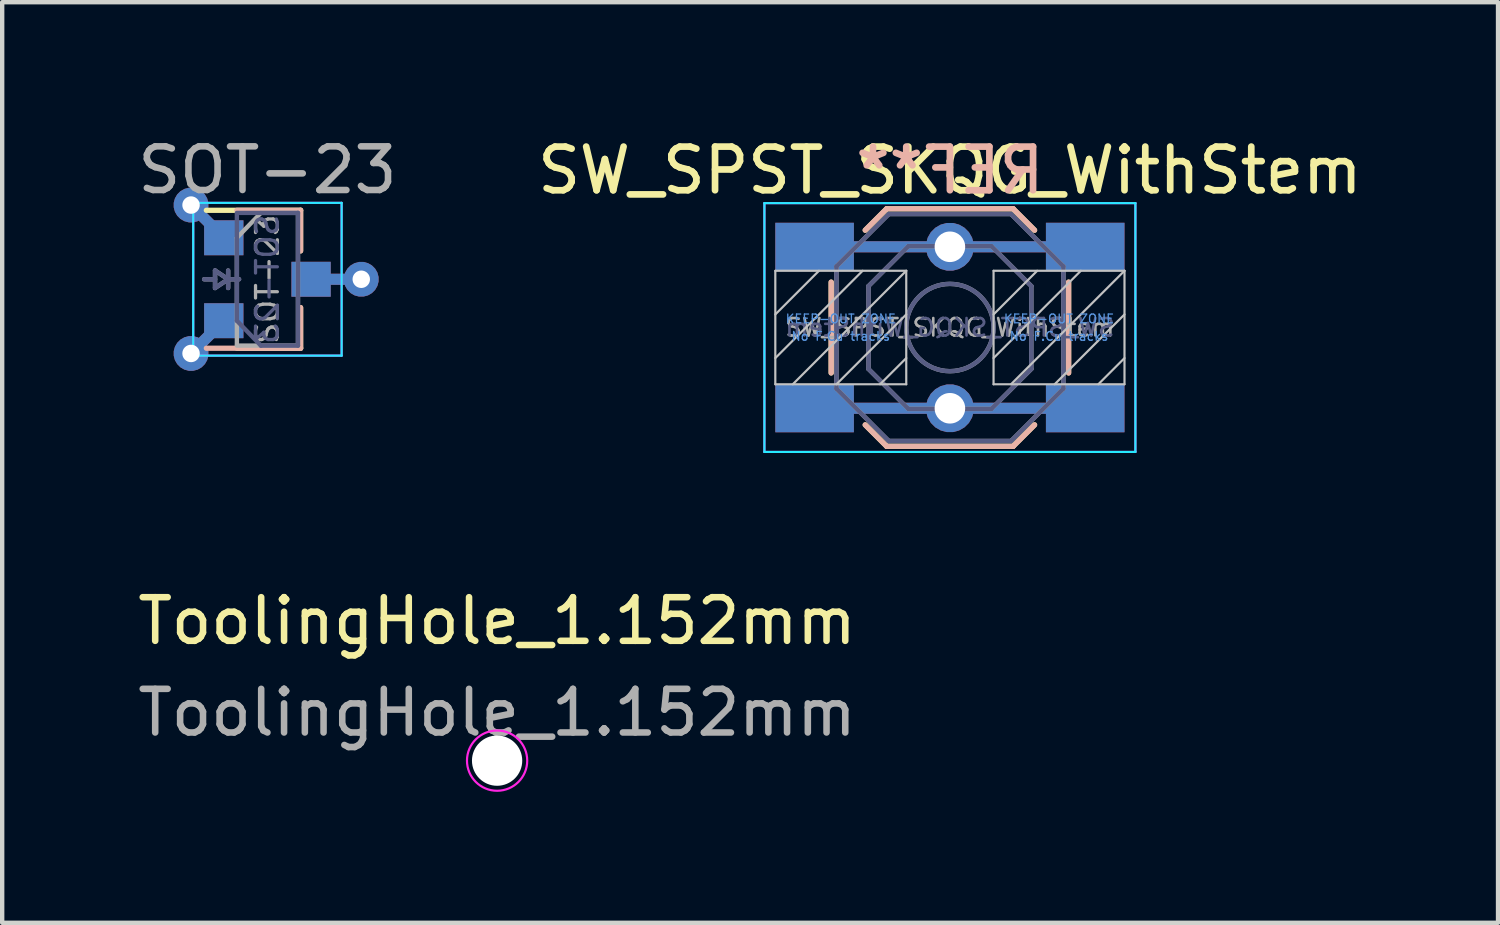
<source format=kicad_pcb>
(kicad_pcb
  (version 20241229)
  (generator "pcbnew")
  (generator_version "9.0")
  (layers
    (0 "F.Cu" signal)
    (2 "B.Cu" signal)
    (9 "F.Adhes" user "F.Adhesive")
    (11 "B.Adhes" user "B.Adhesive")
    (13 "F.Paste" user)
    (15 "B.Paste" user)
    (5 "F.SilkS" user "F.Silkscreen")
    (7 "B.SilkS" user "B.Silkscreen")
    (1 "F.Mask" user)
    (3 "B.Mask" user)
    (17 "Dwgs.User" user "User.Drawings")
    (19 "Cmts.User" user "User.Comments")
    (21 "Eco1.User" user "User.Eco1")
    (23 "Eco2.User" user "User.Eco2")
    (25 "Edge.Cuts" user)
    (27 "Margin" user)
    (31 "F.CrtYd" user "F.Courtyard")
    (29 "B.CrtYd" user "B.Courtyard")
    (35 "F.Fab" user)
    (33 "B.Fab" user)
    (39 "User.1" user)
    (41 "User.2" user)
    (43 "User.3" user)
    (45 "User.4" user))
  (footprint "SW_SPST_SKQG_WithStem"
    (layer "F.Cu")
    (at 18.713 4.454)
    (property "Reference" "SW_SPST_SKQG_WithStem" (at 0 -3.6 0) (layer "F.SilkS") (effects (font (size 1 1) (thickness 0.153))))
    (attr smd)
    (fp_line (start -2.72 1.04) (end -2.72 -1.04) (stroke (width 0.12) (type solid)) (layer "F.SilkS"))
    (fp_line (start -1.45 -2.72) (end -1.94 -2.23) (stroke (width 0.12) (type solid)) (layer "F.SilkS"))
    (fp_line (start -1.45 -2.72) (end 1.45 -2.72) (stroke (width 0.12) (type solid)) (layer "F.SilkS"))
    (fp_line (start -1.45 2.72) (end -1.94 2.23) (stroke (width 0.12) (type solid)) (layer "F.SilkS"))
    (fp_line (start -1.45 2.72) (end 1.45 2.72) (stroke (width 0.12) (type solid)) (layer "F.SilkS"))
    (fp_line (start 1.45 -2.72) (end 1.94 -2.23) (stroke (width 0.12) (type solid)) (layer "F.SilkS"))
    (fp_line (start 1.45 2.72) (end 1.94 2.23) (stroke (width 0.12) (type solid)) (layer "F.SilkS"))
    (fp_line (start 2.72 1.04) (end 2.72 -1.04) (stroke (width 0.12) (type solid)) (layer "F.SilkS"))
    (fp_line (start -2.72 1.04) (end -2.72 -1.04) (stroke (width 0.12) (type solid)) (layer "B.SilkS"))
    (fp_line (start -1.45 -2.72) (end -1.94 -2.23) (stroke (width 0.12) (type solid)) (layer "B.SilkS"))
    (fp_line (start -1.45 2.72) (end -1.94 2.23) (stroke (width 0.12) (type solid)) (layer "B.SilkS"))
    (fp_line (start 1.45 -2.72) (end -1.45 -2.72) (stroke (width 0.12) (type solid)) (layer "B.SilkS"))
    (fp_line (start 1.45 -2.72) (end 1.94 -2.23) (stroke (width 0.12) (type solid)) (layer "B.SilkS"))
    (fp_line (start 1.45 2.72) (end -1.45 2.72) (stroke (width 0.12) (type solid)) (layer "B.SilkS"))
    (fp_line (start 1.45 2.72) (end 1.94 2.23) (stroke (width 0.12) (type solid)) (layer "B.SilkS"))
    (fp_line (start 2.72 1.04) (end 2.72 -1.04) (stroke (width 0.12) (type solid)) (layer "B.SilkS"))
    (fp_line (start -4 -1.3) (end -1 -1.3) (stroke (width 0.05) (type solid)) (layer "Dwgs.User"))
    (fp_line (start -4 -0.3) (end -3 -1.3) (stroke (width 0.05) (type solid)) (layer "Dwgs.User"))
    (fp_line (start -4 0.7) (end -2 -1.3) (stroke (width 0.05) (type solid)) (layer "Dwgs.User"))
    (fp_line (start -4 1.3) (end -4 -1.3) (stroke (width 0.05) (type solid)) (layer "Dwgs.User"))
    (fp_line (start -2.6 1.3) (end -1 -0.3) (stroke (width 0.05) (type solid)) (layer "Dwgs.User"))
    (fp_line (start -1 -1.3) (end -3.6 1.3) (stroke (width 0.05) (type solid)) (layer "Dwgs.User"))
    (fp_line (start -1 -1.3) (end -1 1.3) (stroke (width 0.05) (type solid)) (layer "Dwgs.User"))
    (fp_line (start -1 0.7) (end -1.6 1.3) (stroke (width 0.05) (type solid)) (layer "Dwgs.User"))
    (fp_line (start -1 1.3) (end -4 1.3) (stroke (width 0.05) (type solid)) (layer "Dwgs.User"))
    (fp_line (start 1 -1.3) (end 4 -1.3) (stroke (width 0.05) (type solid)) (layer "Dwgs.User"))
    (fp_line (start 1 -0.3) (end 2 -1.3) (stroke (width 0.05) (type solid)) (layer "Dwgs.User"))
    (fp_line (start 1 0.7) (end 3 -1.3) (stroke (width 0.05) (type solid)) (layer "Dwgs.User"))
    (fp_line (start 1 1.3) (end 1 -1.3) (stroke (width 0.05) (type solid)) (layer "Dwgs.User"))
    (fp_line (start 2.4 1.3) (end 4 -0.3) (stroke (width 0.05) (type solid)) (layer "Dwgs.User"))
    (fp_line (start 4 -1.3) (end 1.4 1.3) (stroke (width 0.05) (type solid)) (layer "Dwgs.User"))
    (fp_line (start 4 -1.3) (end 4 1.3) (stroke (width 0.05) (type solid)) (layer "Dwgs.User"))
    (fp_line (start 4 0.7) (end 3.4 1.3) (stroke (width 0.05) (type solid)) (layer "Dwgs.User"))
    (fp_line (start 4 1.3) (end 1 1.3) (stroke (width 0.05) (type solid)) (layer "Dwgs.User"))
    (fp_line (start -4.25 -2.85) (end 4.25 -2.85) (stroke (width 0.05) (type solid)) (layer "B.CrtYd"))
    (fp_line (start -4.25 2.85) (end -4.25 -2.85) (stroke (width 0.05) (type solid)) (layer "B.CrtYd"))
    (fp_line (start 4.25 -2.85) (end 4.25 2.85) (stroke (width 0.05) (type solid)) (layer "B.CrtYd"))
    (fp_line (start 4.25 2.85) (end -4.25 2.85) (stroke (width 0.05) (type solid)) (layer "B.CrtYd"))
    (fp_line (start -4.25 -2.85) (end -4.25 2.85) (stroke (width 0.05) (type solid)) (layer "F.CrtYd"))
    (fp_line (start -4.25 2.85) (end 4.25 2.85) (stroke (width 0.05) (type solid)) (layer "F.CrtYd"))
    (fp_line (start 4.25 -2.85) (end -4.25 -2.85) (stroke (width 0.05) (type solid)) (layer "F.CrtYd"))
    (fp_line (start 4.25 2.85) (end 4.25 -2.85) (stroke (width 0.05) (type solid)) (layer "F.CrtYd"))
    (fp_line (start -2.6 -1.4) (end -2.6 1.4) (stroke (width 0.1) (type solid)) (layer "B.Fab"))
    (fp_line (start -2.6 1.4) (end -1.4 2.6) (stroke (width 0.1) (type solid)) (layer "B.Fab"))
    (fp_line (start -1.865 -0.95) (end -1.865 0.95) (stroke (width 0.1) (type solid)) (layer "B.Fab"))
    (fp_line (start -1.4 -2.6) (end -2.6 -1.4) (stroke (width 0.1) (type solid)) (layer "B.Fab"))
    (fp_line (start -1.4 2.6) (end 1.4 2.6) (stroke (width 0.1) (type solid)) (layer "B.Fab"))
    (fp_line (start -0.95 -1.865) (end -1.865 -0.95) (stroke (width 0.1) (type solid)) (layer "B.Fab"))
    (fp_line (start -0.95 1.865) (end -1.865 0.95) (stroke (width 0.1) (type solid)) (layer "B.Fab"))
    (fp_line (start -0.95 1.865) (end 0.95 1.865) (stroke (width 0.1) (type solid)) (layer "B.Fab"))
    (fp_line (start 0.95 -1.865) (end -0.95 -1.865) (stroke (width 0.1) (type solid)) (layer "B.Fab"))
    (fp_line (start 0.95 -1.865) (end 1.865 -0.95) (stroke (width 0.1) (type solid)) (layer "B.Fab"))
    (fp_line (start 0.95 1.865) (end 1.865 0.95) (stroke (width 0.1) (type solid)) (layer "B.Fab"))
    (fp_line (start 1.4 -2.6) (end -1.4 -2.6) (stroke (width 0.1) (type solid)) (layer "B.Fab"))
    (fp_line (start 1.4 2.6) (end 2.6 1.4) (stroke (width 0.1) (type solid)) (layer "B.Fab"))
    (fp_line (start 1.865 0.95) (end 1.865 -0.95) (stroke (width 0.1) (type solid)) (layer "B.Fab"))
    (fp_line (start 2.6 -1.4) (end 1.4 -2.6) (stroke (width 0.1) (type solid)) (layer "B.Fab"))
    (fp_line (start 2.6 1.4) (end 2.6 -1.4) (stroke (width 0.1) (type solid)) (layer "B.Fab"))
    (fp_circle (center 0 0) (end -1 0) (stroke (width 0.1) (type solid)) (fill no) (layer "B.Fab"))
    (fp_line (start -2.6 -1.4) (end -1.4 -2.6) (stroke (width 0.1) (type solid)) (layer "F.Fab"))
    (fp_line (start -2.6 1.4) (end -2.6 -1.4) (stroke (width 0.1) (type solid)) (layer "F.Fab"))
    (fp_line (start -1.865 0.95) (end -1.865 -0.95) (stroke (width 0.1) (type solid)) (layer "F.Fab"))
    (fp_line (start -1.4 -2.6) (end 1.4 -2.6) (stroke (width 0.1) (type solid)) (layer "F.Fab"))
    (fp_line (start -1.4 2.6) (end -2.6 1.4) (stroke (width 0.1) (type solid)) (layer "F.Fab"))
    (fp_line (start -0.95 -1.865) (end -1.865 -0.95) (stroke (width 0.1) (type solid)) (layer "F.Fab"))
    (fp_line (start -0.95 -1.865) (end 0.95 -1.865) (stroke (width 0.1) (type solid)) (layer "F.Fab"))
    (fp_line (start -0.95 1.865) (end -1.865 0.95) (stroke (width 0.1) (type solid)) (layer "F.Fab"))
    (fp_line (start 0.95 -1.865) (end 1.865 -0.95) (stroke (width 0.1) (type solid)) (layer "F.Fab"))
    (fp_line (start 0.95 1.865) (end -0.95 1.865) (stroke (width 0.1) (type solid)) (layer "F.Fab"))
    (fp_line (start 0.95 1.865) (end 1.865 0.95) (stroke (width 0.1) (type solid)) (layer "F.Fab"))
    (fp_line (start 1.4 -2.6) (end 2.6 -1.4) (stroke (width 0.1) (type solid)) (layer "F.Fab"))
    (fp_line (start 1.4 2.6) (end -1.4 2.6) (stroke (width 0.1) (type solid)) (layer "F.Fab"))
    (fp_line (start 1.865 -0.95) (end 1.865 0.95) (stroke (width 0.1) (type solid)) (layer "F.Fab"))
    (fp_line (start 2.6 -1.4) (end 2.6 1.4) (stroke (width 0.1) (type solid)) (layer "F.Fab"))
    (fp_line (start 2.6 1.4) (end 1.4 2.6) (stroke (width 0.1) (type solid)) (layer "F.Fab"))
    (fp_circle (center 0 0) (end 1 0) (stroke (width 0.1) (type solid)) (fill no) (layer "F.Fab"))
    (fp_text user "REF**" (at 0 -3.6 0) (layer "B.SilkS") (effects (font (size 1 1) (thickness 0.153)) (justify mirror)))
    (fp_text user "No F.Cu tracks" (at 2.5 0.2 0) (layer "Cmts.User") (effects (font (size 0.2 0.2) (thickness 0.03))))
    (fp_text user "KEEP-OUT ZONE" (at -2.5 -0.2 0) (layer "Cmts.User") (effects (font (size 0.2 0.2) (thickness 0.03))))
    (fp_text user "No F.Cu tracks" (at -2.5 0.2 0) (layer "Cmts.User") (effects (font (size 0.2 0.2) (thickness 0.03))))
    (fp_text user "KEEP-OUT ZONE" (at 2.5 -0.2 0) (layer "Cmts.User") (effects (font (size 0.2 0.2) (thickness 0.03))))
    (fp_text user "${REFERENCE}" (at 0 0 0) (layer "B.Fab") (effects (font (size 0.4 0.4) (thickness 0.06)) (justify mirror)))
    (fp_text user "${REFERENCE}" (at 0 0 0) (layer "F.Fab") (effects (font (size 0.4 0.4) (thickness 0.06))))
    (pad "1" smd rect (at -3.1 -1.85) (size 1.8 1.1) (layers "F.Cu" "F.Mask" "F.Paste"))
    (pad "1" smd rect (at -3.1 -1.85) (size 1.8 1.1) (layers "B.Cu" "B.Mask" "B.Paste"))
    (pad "1" thru_hole custom (at 0 -1.85) (size 1.1 1.1) (drill 0.7) (layers "*.Cu" "*.Mask") (options (anchor circle)) (primitives (gr_line (start 3.2 0) (end 0 0) (width 0.254)) (gr_line (start 0 0) (end -3.2 0) (width 0.254))))
    (pad "1" smd rect (at 3.1 -1.85) (size 1.8 1.1) (layers "F.Cu" "F.Mask" "F.Paste"))
    (pad "1" smd rect (at 3.1 -1.85) (size 1.8 1.1) (layers "B.Cu" "B.Mask" "B.Paste"))
    (pad "2" smd rect (at -3.1 1.85) (size 1.8 1.1) (layers "F.Cu" "F.Mask" "F.Paste"))
    (pad "2" smd rect (at -3.1 1.85) (size 1.8 1.1) (layers "B.Cu" "B.Mask" "B.Paste"))
    (pad "2" thru_hole custom (at 0 1.85) (size 1.1 1.1) (drill 0.7) (layers "*.Cu" "*.Mask") (options (anchor circle)) (primitives (gr_line (start 0 0) (end -3.2 0) (width 0.254)) (gr_line (start 3.2 0) (end 0 0) (width 0.254))))
    (pad "2" smd rect (at 3.1 1.85) (size 1.8 1.1) (layers "F.Cu" "F.Mask" "F.Paste"))
    (pad "2" smd rect (at 3.1 1.85) (size 1.8 1.1) (layers "B.Cu" "B.Mask" "B.Paste")))
  (footprint "ToolingHole_1.152mm"
    (layer "F.Cu")
    (at 8.339 14.377)
    (property "Reference" "ToolingHole_1.152mm" (at 0 -3.2 0) (layer "F.SilkS") (effects (font (size 1 1) (thickness 0.15))))
    (attr exclude_from_pos_files exclude_from_bom)
    (fp_circle (center 0 0) (end 0.69 0) (stroke (width 0.05) (type solid)) (fill no) (layer "F.CrtYd"))
    (fp_text user "${REFERENCE}" (at 0 -1.1 0) (layer "F.Fab") (effects (font (size 1 1) (thickness 0.15))))
    (pad "" np_thru_hole circle (at 0 0) (size 1.152 1.152) (drill 1.152) (layers "*.Cu" "*.Mask")))
  (footprint "SOT-23"
    (layer "F.Cu")
    (at 3.077 3.348)
    (property "Reference" "SOT-23" (at 0 -2.5 0) (layer "F.Fab") (effects (font (size 1 1) (thickness 0.15))))
    (attr smd)
    (fp_line (start 0.76 -1.58) (end -1.4 -1.58) (stroke (width 0.12) (type solid)) (layer "F.SilkS"))
    (fp_line (start 0.76 -1.58) (end 0.76 -0.65) (stroke (width 0.12) (type solid)) (layer "F.SilkS"))
    (fp_line (start 0.76 1.58) (end -0.7 1.58) (stroke (width 0.12) (type solid)) (layer "F.SilkS"))
    (fp_line (start 0.76 1.58) (end 0.76 0.65) (stroke (width 0.12) (type solid)) (layer "F.SilkS"))
    (fp_line (start 0.76 -1.58) (end -0.7 -1.58) (stroke (width 0.12) (type solid)) (layer "B.SilkS"))
    (fp_line (start 0.76 -1.58) (end 0.76 -0.65) (stroke (width 0.12) (type solid)) (layer "B.SilkS"))
    (fp_line (start 0.76 1.58) (end -1.4 1.58) (stroke (width 0.12) (type solid)) (layer "B.SilkS"))
    (fp_line (start 0.76 1.58) (end 0.76 0.65) (stroke (width 0.12) (type solid)) (layer "B.SilkS"))
    (fp_line (start -1.7 -1.75) (end -1.7 1.75) (stroke (width 0.05) (type solid)) (layer "B.CrtYd"))
    (fp_line (start -1.7 1.75) (end 1.7 1.75) (stroke (width 0.05) (type solid)) (layer "B.CrtYd"))
    (fp_line (start 1.7 -1.75) (end -1.7 -1.75) (stroke (width 0.05) (type solid)) (layer "B.CrtYd"))
    (fp_line (start 1.7 1.75) (end 1.7 -1.75) (stroke (width 0.05) (type solid)) (layer "B.CrtYd"))
    (fp_line (start -1.7 -1.75) (end 1.7 -1.75) (stroke (width 0.05) (type solid)) (layer "F.CrtYd"))
    (fp_line (start -1.7 1.75) (end -1.7 -1.75) (stroke (width 0.05) (type solid)) (layer "F.CrtYd"))
    (fp_line (start 1.7 -1.75) (end 1.7 1.75) (stroke (width 0.05) (type solid)) (layer "F.CrtYd"))
    (fp_line (start 1.7 1.75) (end -1.7 1.75) (stroke (width 0.05) (type solid)) (layer "F.CrtYd"))
    (fp_line (start -1.2 -0.2) (end -0.9 0) (stroke (width 0.1) (type solid)) (layer "B.Fab"))
    (fp_line (start -1.2 0) (end -1.45 0) (stroke (width 0.1) (type solid)) (layer "B.Fab"))
    (fp_line (start -1.2 0.2) (end -1.2 -0.2) (stroke (width 0.1) (type solid)) (layer "B.Fab"))
    (fp_line (start -0.9 0) (end -1.2 0.2) (stroke (width 0.1) (type solid)) (layer "B.Fab"))
    (fp_line (start -0.9 0) (end -0.65 0) (stroke (width 0.1) (type solid)) (layer "B.Fab"))
    (fp_line (start -0.9 0.2) (end -0.9 -0.2) (stroke (width 0.1) (type solid)) (layer "B.Fab"))
    (fp_line (start -0.7 -1.52) (end 0.7 -1.52) (stroke (width 0.1) (type solid)) (layer "B.Fab"))
    (fp_line (start -0.7 0.95) (end -0.7 -1.5) (stroke (width 0.1) (type solid)) (layer "B.Fab"))
    (fp_line (start -0.7 0.95) (end -0.15 1.52) (stroke (width 0.1) (type solid)) (layer "B.Fab"))
    (fp_line (start -0.15 1.52) (end 0.7 1.52) (stroke (width 0.1) (type solid)) (layer "B.Fab"))
    (fp_line (start 0.7 1.52) (end 0.7 -1.52) (stroke (width 0.1) (type solid)) (layer "B.Fab"))
    (fp_line (start -1.2 -0.2) (end -1.2 0.2) (stroke (width 0.1) (type solid)) (layer "F.Fab"))
    (fp_line (start -1.2 0) (end -1.45 0) (stroke (width 0.1) (type solid)) (layer "F.Fab"))
    (fp_line (start -1.2 0.2) (end -0.9 0) (stroke (width 0.1) (type solid)) (layer "F.Fab"))
    (fp_line (start -0.9 -0.2) (end -0.9 0.2) (stroke (width 0.1) (type solid)) (layer "F.Fab"))
    (fp_line (start -0.9 0) (end -1.2 -0.2) (stroke (width 0.1) (type solid)) (layer "F.Fab"))
    (fp_line (start -0.9 0) (end -0.65 0) (stroke (width 0.1) (type solid)) (layer "F.Fab"))
    (fp_line (start -0.7 -0.95) (end -0.7 1.5) (stroke (width 0.1) (type solid)) (layer "F.Fab"))
    (fp_line (start -0.7 -0.95) (end -0.15 -1.52) (stroke (width 0.1) (type solid)) (layer "F.Fab"))
    (fp_line (start -0.7 1.52) (end 0.7 1.52) (stroke (width 0.1) (type solid)) (layer "F.Fab"))
    (fp_line (start -0.15 -1.52) (end 0.7 -1.52) (stroke (width 0.1) (type solid)) (layer "F.Fab"))
    (fp_line (start 0.7 -1.52) (end 0.7 1.52) (stroke (width 0.1) (type solid)) (layer "F.Fab"))
    (fp_text user "${REFERENCE}" (at 0 0 90) (layer "B.Fab") (effects (font (size 0.5 0.5) (thickness 0.075)) (justify mirror)))
    (fp_text user "${REFERENCE}" (at 0 0 90) (layer "F.Fab") (effects (font (size 0.5 0.5) (thickness 0.075))))
    (pad "1" thru_hole custom (at -1.75 -1.7) (size 0.8 0.8) (drill 0.4) (layers "*.Cu") (options (anchor circle)) (primitives (gr_line (start 0.75 0.75) (end 0 0) (width 0.254))))
    (pad "1" smd rect (at -1 -0.95) (size 0.9 0.8) (layers "F.Cu" "F.Mask" "F.Paste"))
    (pad "1" smd rect (at -1 -0.95) (size 0.9 0.8) (layers "B.Cu" "B.Mask" "B.Paste"))
    (pad "2" thru_hole custom (at -1.75 1.7) (size 0.8 0.8) (drill 0.4) (layers "*.Cu") (options (anchor circle)) (primitives (gr_line (start 0.75 -0.75) (end 0 0) (width 0.254))))
    (pad "2" smd rect (at -1 0.95) (size 0.9 0.8) (layers "F.Cu" "F.Mask" "F.Paste"))
    (pad "2" smd rect (at -1 0.95) (size 0.9 0.8) (layers "B.Cu" "B.Mask" "B.Paste"))
    (pad "3" smd rect (at 1 0) (size 0.9 0.8) (layers "F.Cu" "F.Mask" "F.Paste"))
    (pad "3" smd rect (at 1 0) (size 0.9 0.8) (layers "B.Cu" "B.Mask" "B.Paste"))
    (pad "3" thru_hole custom (at 2.15 0) (size 0.8 0.8) (drill 0.4) (layers "*.Cu") (options (anchor circle)) (primitives (gr_line (start 0 0) (end -1.15 0) (width 0.254)))))
  (gr_rect
    (start -3 -3)
    (end 31.271 18.092)
    (stroke (width 0.1) (type default))
    (fill no)
    (layer "Edge.Cuts")))
</source>
